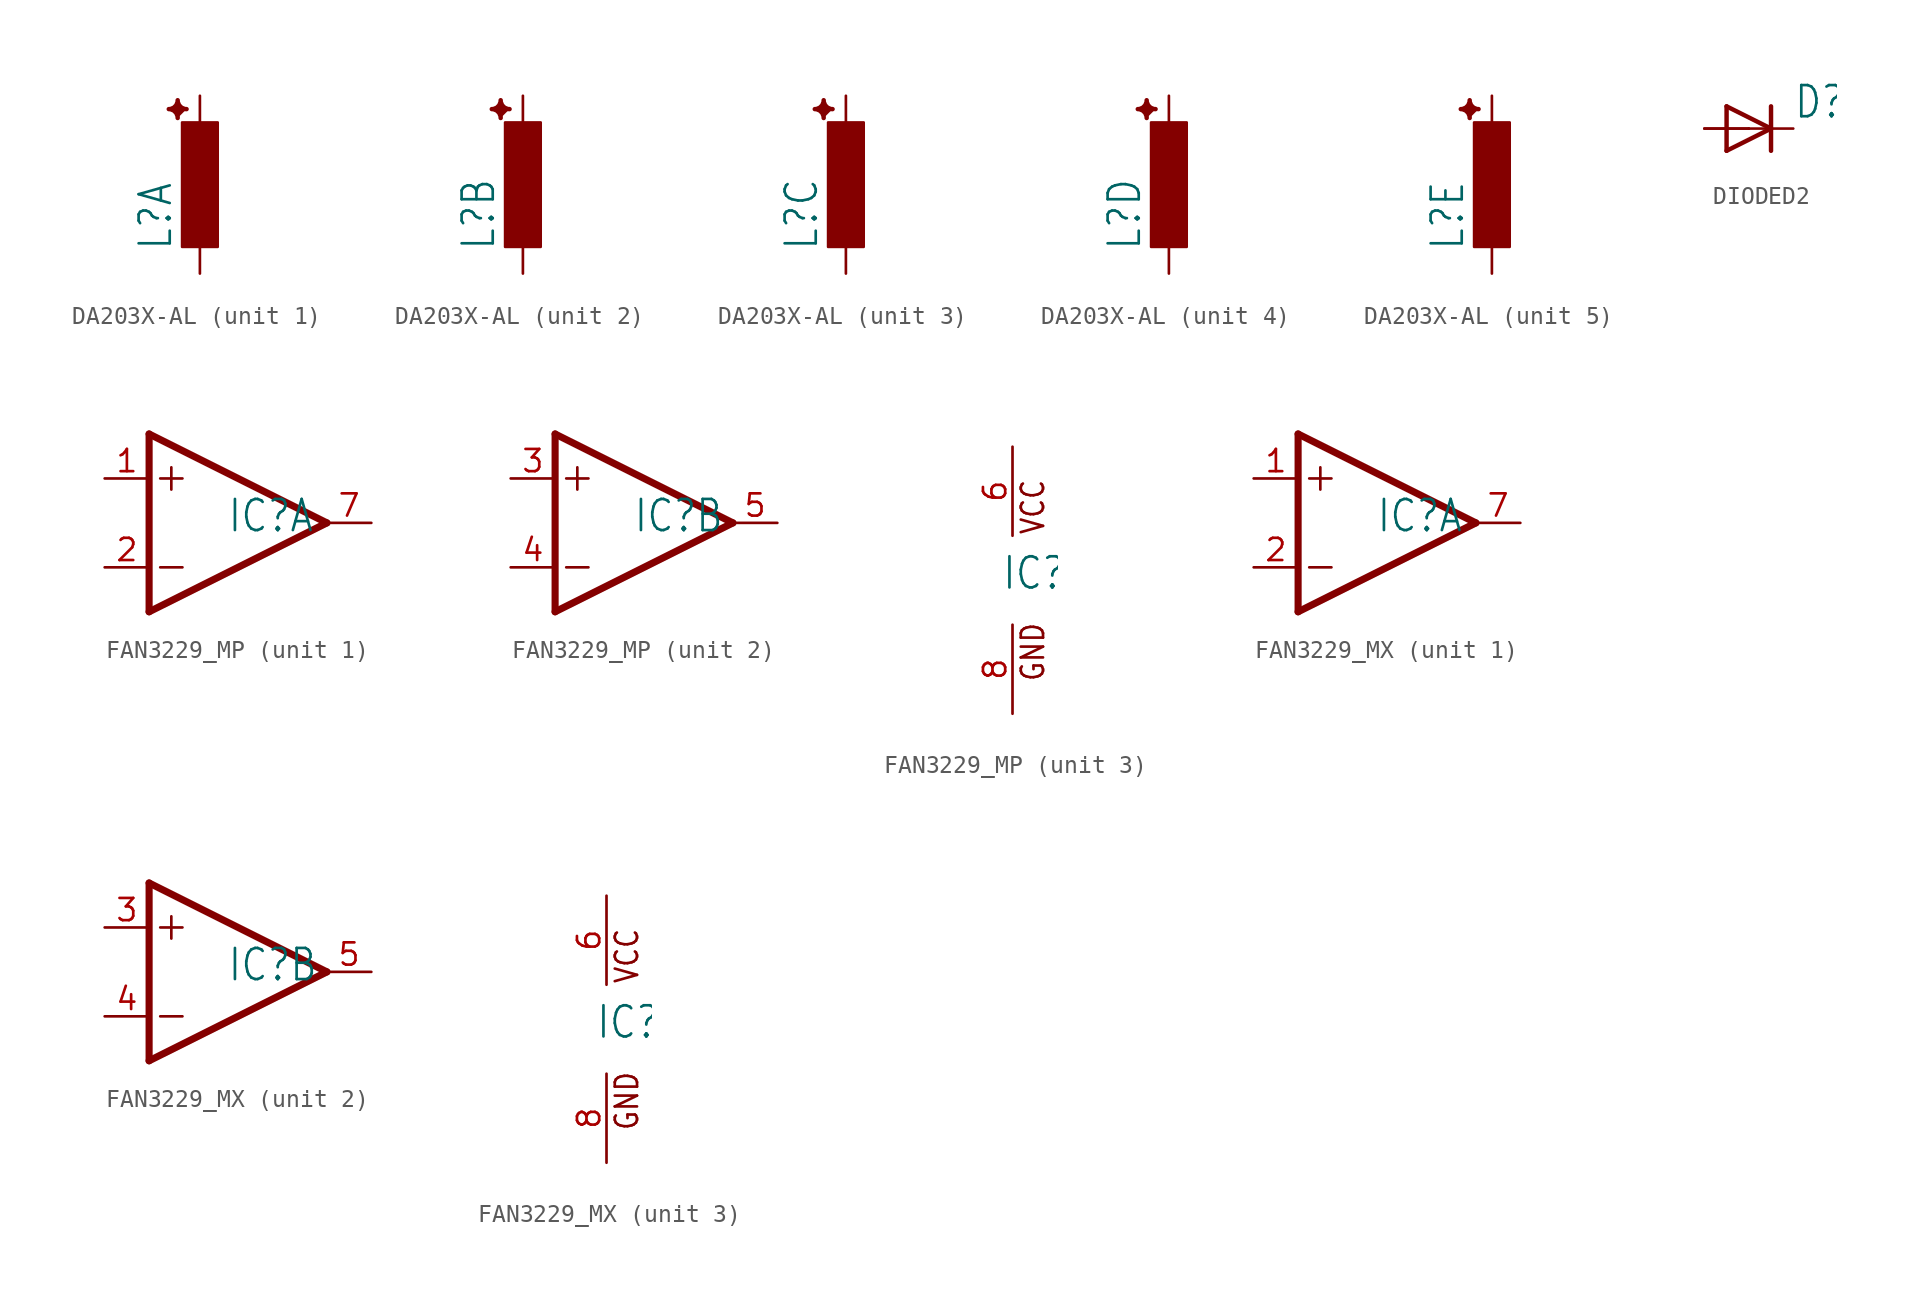
<source format=kicad_sym>
(kicad_symbol_lib
  (version 20220914)
  (generator kicad_symbol_editor)
  (symbol "DA203X-AL"
    (property "Reference" "L"
      (at -1.499 -3.81 90)
      (effects (font (size 1.778 1.511)) (justify left bottom)))
    (property "Value" ""
      (at 3.302 -3.81 90)
      (effects (font (size 1.778 1.511)) (justify left bottom)))
    (property "ki_locked" ""
      (at 0 0 0)
      (effects (font (size 1.27 1.27))))
    (symbol "DA203X-AL_1_0"
      (rectangle (start -1.016 -3.556) (end 1.016 3.556) (stroke (width 0) (type default)) (fill (type outline)))
      (polyline (pts (xy -1.27 3.81) (xy -1.275 3.91) (xy -1.351 4.095) (xy -1.493 4.237) (xy -1.678 4.313) (xy -1.778 4.318) (xy -1.678 4.323) (xy -1.493 4.399) (xy -1.351 4.541) (xy -1.275 4.726) (xy -1.27 4.826) (xy -1.265 4.726) (xy -1.188 4.541) (xy -1.047 4.399) (xy -0.862 4.323) (xy -0.762 4.318)) (stroke (width 0.254) (type solid)) (fill (type outline)))
      (pin passive line (at 0 5.08 270) (length 2.54) (name "1" (effects (font (size 0 0)))) (number "10" (effects (font (size 0 0)))))
      (pin passive line (at 0 -5.08 90) (length 2.54) (name "2" (effects (font (size 0 0)))) (number "3" (effects (font (size 0 0))))))
    (symbol "DA203X-AL_2_0"
      (rectangle (start -1.016 -3.556) (end 1.016 3.556) (stroke (width 0) (type default)) (fill (type outline)))
      (polyline (pts (xy -1.27 3.81) (xy -1.275 3.91) (xy -1.351 4.095) (xy -1.493 4.237) (xy -1.678 4.313) (xy -1.778 4.318) (xy -1.678 4.323) (xy -1.493 4.399) (xy -1.351 4.541) (xy -1.275 4.726) (xy -1.27 4.826) (xy -1.265 4.726) (xy -1.188 4.541) (xy -1.047 4.399) (xy -0.862 4.323) (xy -0.762 4.318)) (stroke (width 0.254) (type solid)) (fill (type outline)))
      (pin passive line (at 0 -5.08 90) (length 2.54) (name "2" (effects (font (size 0 0)))) (number "4" (effects (font (size 0 0)))))
      (pin passive line (at 0 5.08 270) (length 2.54) (name "1" (effects (font (size 0 0)))) (number "9" (effects (font (size 0 0))))))
    (symbol "DA203X-AL_3_0"
      (rectangle (start -1.016 -3.556) (end 1.016 3.556) (stroke (width 0) (type default)) (fill (type outline)))
      (polyline (pts (xy -1.27 3.81) (xy -1.275 3.91) (xy -1.351 4.095) (xy -1.493 4.237) (xy -1.678 4.313) (xy -1.778 4.318) (xy -1.678 4.323) (xy -1.493 4.399) (xy -1.351 4.541) (xy -1.275 4.726) (xy -1.27 4.826) (xy -1.265 4.726) (xy -1.188 4.541) (xy -1.047 4.399) (xy -0.862 4.323) (xy -0.762 4.318)) (stroke (width 0.254) (type solid)) (fill (type outline)))
      (pin passive line (at 0 -5.08 90) (length 2.54) (name "2" (effects (font (size 0 0)))) (number "5" (effects (font (size 0 0)))))
      (pin passive line (at 0 5.08 270) (length 2.54) (name "1" (effects (font (size 0 0)))) (number "8" (effects (font (size 0 0))))))
    (symbol "DA203X-AL_4_0"
      (rectangle (start -1.016 -3.556) (end 1.016 3.556) (stroke (width 0) (type default)) (fill (type outline)))
      (polyline (pts (xy -1.27 3.81) (xy -1.275 3.91) (xy -1.351 4.095) (xy -1.493 4.237) (xy -1.678 4.313) (xy -1.778 4.318) (xy -1.678 4.323) (xy -1.493 4.399) (xy -1.351 4.541) (xy -1.275 4.726) (xy -1.27 4.826) (xy -1.265 4.726) (xy -1.188 4.541) (xy -1.047 4.399) (xy -0.862 4.323) (xy -0.762 4.318)) (stroke (width 0.254) (type solid)) (fill (type outline)))
      (pin passive line (at 0 -5.08 90) (length 2.54) (name "2" (effects (font (size 0 0)))) (number "6" (effects (font (size 0 0)))))
      (pin passive line (at 0 5.08 270) (length 2.54) (name "1" (effects (font (size 0 0)))) (number "7" (effects (font (size 0 0))))))
    (symbol "DA203X-AL_5_0"
      (rectangle (start -1.016 -3.556) (end 1.016 3.556) (stroke (width 0) (type default)) (fill (type outline)))
      (polyline (pts (xy -1.27 3.81) (xy -1.275 3.91) (xy -1.351 4.095) (xy -1.493 4.237) (xy -1.678 4.313) (xy -1.778 4.318) (xy -1.678 4.323) (xy -1.493 4.399) (xy -1.351 4.541) (xy -1.275 4.726) (xy -1.27 4.826) (xy -1.265 4.726) (xy -1.188 4.541) (xy -1.047 4.399) (xy -0.862 4.323) (xy -0.762 4.318)) (stroke (width 0.254) (type solid)) (fill (type outline)))
      (pin passive line (at 0 5.08 270) (length 2.54) (name "1" (effects (font (size 0 0)))) (number "1" (effects (font (size 0 0)))))
      (pin passive line (at 0 -5.08 90) (length 2.54) (name "2" (effects (font (size 0 0)))) (number "12" (effects (font (size 0 0)))))))
  (symbol "DIODED2"
    (property "Reference" "D"
      (at 2.54 0.483 0)
      (effects (font (size 1.778 1.511)) (justify left bottom)))
    (property "Value" ""
      (at 2.54 -2.311 0)
      (effects (font (size 1.778 1.511)) (justify left bottom)))
    (property "ki_locked" ""
      (at 0 0 0)
      (effects (font (size 1.27 1.27))))
    (symbol "DIODED2_1_0"
      (polyline (pts (xy -1.27 -1.27) (xy 1.27 0)) (stroke (width 0.254) (type solid)) (fill (type none)))
      (polyline (pts (xy -1.27 1.27) (xy -1.27 -1.27)) (stroke (width 0.254) (type solid)) (fill (type none)))
      (polyline (pts (xy 1.27 0) (xy -1.27 1.27)) (stroke (width 0.254) (type solid)) (fill (type none)))
      (polyline (pts (xy 1.27 0) (xy 1.27 -1.27)) (stroke (width 0.254) (type solid)) (fill (type none)))
      (polyline (pts (xy 1.27 1.27) (xy 1.27 0)) (stroke (width 0.254) (type solid)) (fill (type none)))
      (pin passive line (at -2.54 0 0) (length 2.54) (name "A" (effects (font (size 0 0)))) (number "1" (effects (font (size 0 0)))))
      (pin passive line (at 2.54 0 180) (length 2.54) (name "C" (effects (font (size 0 0)))) (number "2" (effects (font (size 0 0)))))
      (pin passive line (at -2.54 0 0) (length 2.54) (name "A" (effects (font (size 0 0)))) (number "3" (effects (font (size 0 0)))))))
  (symbol "FAN3229_MP"
    (property "Reference" "IC"
      (at -0.635 -0.635 0)
      (effects (font (size 1.778 1.511)) (justify left bottom)))
    (property "ki_locked" ""
      (at 0 0 0)
      (effects (font (size 1.27 1.27))))
    (symbol "FAN3229_MP_1_0"
      (polyline (pts (xy -5.08 -5.08) (xy 5.08 0)) (stroke (width 0.406) (type solid)) (fill (type none)))
      (polyline (pts (xy -5.08 5.08) (xy -5.08 -5.08)) (stroke (width 0.406) (type solid)) (fill (type none)))
      (polyline (pts (xy -4.445 -2.54) (xy -3.175 -2.54)) (stroke (width 0.152) (type solid)) (fill (type none)))
      (polyline (pts (xy -4.445 2.54) (xy -3.175 2.54)) (stroke (width 0.152) (type solid)) (fill (type none)))
      (polyline (pts (xy -3.81 3.175) (xy -3.81 1.905)) (stroke (width 0.152) (type solid)) (fill (type none)))
      (polyline (pts (xy 5.08 0) (xy -5.08 5.08)) (stroke (width 0.406) (type solid)) (fill (type none)))
      (pin input line (at -7.62 2.54 0) (length 2.54) (name "+IN" (effects (font (size 0 0)))) (number "1" (effects (font (size 1.27 1.27)))))
      (pin input line (at -7.62 -2.54 0) (length 2.54) (name "-IN" (effects (font (size 0 0)))) (number "2" (effects (font (size 1.27 1.27)))))
      (pin output line (at 7.62 0 180) (length 2.54) (name "OUT" (effects (font (size 0 0)))) (number "7" (effects (font (size 1.27 1.27))))))
    (symbol "FAN3229_MP_2_0"
      (polyline (pts (xy -5.08 -5.08) (xy 5.08 0)) (stroke (width 0.406) (type solid)) (fill (type none)))
      (polyline (pts (xy -5.08 5.08) (xy -5.08 -5.08)) (stroke (width 0.406) (type solid)) (fill (type none)))
      (polyline (pts (xy -4.445 -2.54) (xy -3.175 -2.54)) (stroke (width 0.152) (type solid)) (fill (type none)))
      (polyline (pts (xy -4.445 2.54) (xy -3.175 2.54)) (stroke (width 0.152) (type solid)) (fill (type none)))
      (polyline (pts (xy -3.81 3.175) (xy -3.81 1.905)) (stroke (width 0.152) (type solid)) (fill (type none)))
      (polyline (pts (xy 5.08 0) (xy -5.08 5.08)) (stroke (width 0.406) (type solid)) (fill (type none)))
      (pin input line (at -7.62 2.54 0) (length 2.54) (name "+IN" (effects (font (size 0 0)))) (number "3" (effects (font (size 1.27 1.27)))))
      (pin input line (at -7.62 -2.54 0) (length 2.54) (name "-IN" (effects (font (size 0 0)))) (number "4" (effects (font (size 1.27 1.27)))))
      (pin output line (at 7.62 0 180) (length 2.54) (name "OUT" (effects (font (size 0 0)))) (number "5" (effects (font (size 1.27 1.27))))))
    (symbol "FAN3229_MP_3_0"
      (text "GND" (at 1.905 -5.842 900) (effects (font (size 1.27 1.079)) (justify left bottom)))
      (text "VCC" (at 1.905 2.54 900) (effects (font (size 1.27 1.079)) (justify left bottom)))
      (pin power_in line (at 0 7.62 270) (length 5.08) (name "VCC" (effects (font (size 0 0)))) (number "6" (effects (font (size 1.27 1.27)))))
      (pin power_in line (at 0 -7.62 90) (length 5.08) (name "GND" (effects (font (size 0 0)))) (number "8" (effects (font (size 1.27 1.27)))))))
  (symbol "FAN3229_MX"
    (property "Reference" "IC"
      (at -0.635 -0.635 0)
      (effects (font (size 1.778 1.511)) (justify left bottom)))
    (property "ki_locked" ""
      (at 0 0 0)
      (effects (font (size 1.27 1.27))))
    (symbol "FAN3229_MX_1_0"
      (polyline (pts (xy -5.08 -5.08) (xy 5.08 0)) (stroke (width 0.406) (type solid)) (fill (type none)))
      (polyline (pts (xy -5.08 5.08) (xy -5.08 -5.08)) (stroke (width 0.406) (type solid)) (fill (type none)))
      (polyline (pts (xy -4.445 -2.54) (xy -3.175 -2.54)) (stroke (width 0.152) (type solid)) (fill (type none)))
      (polyline (pts (xy -4.445 2.54) (xy -3.175 2.54)) (stroke (width 0.152) (type solid)) (fill (type none)))
      (polyline (pts (xy -3.81 3.175) (xy -3.81 1.905)) (stroke (width 0.152) (type solid)) (fill (type none)))
      (polyline (pts (xy 5.08 0) (xy -5.08 5.08)) (stroke (width 0.406) (type solid)) (fill (type none)))
      (pin input line (at -7.62 2.54 0) (length 2.54) (name "+IN" (effects (font (size 0 0)))) (number "1" (effects (font (size 1.27 1.27)))))
      (pin input line (at -7.62 -2.54 0) (length 2.54) (name "-IN" (effects (font (size 0 0)))) (number "2" (effects (font (size 1.27 1.27)))))
      (pin output line (at 7.62 0 180) (length 2.54) (name "OUT" (effects (font (size 0 0)))) (number "7" (effects (font (size 1.27 1.27))))))
    (symbol "FAN3229_MX_2_0"
      (polyline (pts (xy -5.08 -5.08) (xy 5.08 0)) (stroke (width 0.406) (type solid)) (fill (type none)))
      (polyline (pts (xy -5.08 5.08) (xy -5.08 -5.08)) (stroke (width 0.406) (type solid)) (fill (type none)))
      (polyline (pts (xy -4.445 -2.54) (xy -3.175 -2.54)) (stroke (width 0.152) (type solid)) (fill (type none)))
      (polyline (pts (xy -4.445 2.54) (xy -3.175 2.54)) (stroke (width 0.152) (type solid)) (fill (type none)))
      (polyline (pts (xy -3.81 3.175) (xy -3.81 1.905)) (stroke (width 0.152) (type solid)) (fill (type none)))
      (polyline (pts (xy 5.08 0) (xy -5.08 5.08)) (stroke (width 0.406) (type solid)) (fill (type none)))
      (pin input line (at -7.62 2.54 0) (length 2.54) (name "+IN" (effects (font (size 0 0)))) (number "3" (effects (font (size 1.27 1.27)))))
      (pin input line (at -7.62 -2.54 0) (length 2.54) (name "-IN" (effects (font (size 0 0)))) (number "4" (effects (font (size 1.27 1.27)))))
      (pin output line (at 7.62 0 180) (length 2.54) (name "OUT" (effects (font (size 0 0)))) (number "5" (effects (font (size 1.27 1.27))))))
    (symbol "FAN3229_MX_3_0"
      (text "GND" (at 1.905 -5.842 900) (effects (font (size 1.27 1.079)) (justify left bottom)))
      (text "VCC" (at 1.905 2.54 900) (effects (font (size 1.27 1.079)) (justify left bottom)))
      (pin power_in line (at 0 7.62 270) (length 5.08) (name "VCC" (effects (font (size 0 0)))) (number "6" (effects (font (size 1.27 1.27)))))
      (pin power_in line (at 0 -7.62 90) (length 5.08) (name "GND" (effects (font (size 0 0)))) (number "8" (effects (font (size 1.27 1.27))))))))
</source>
